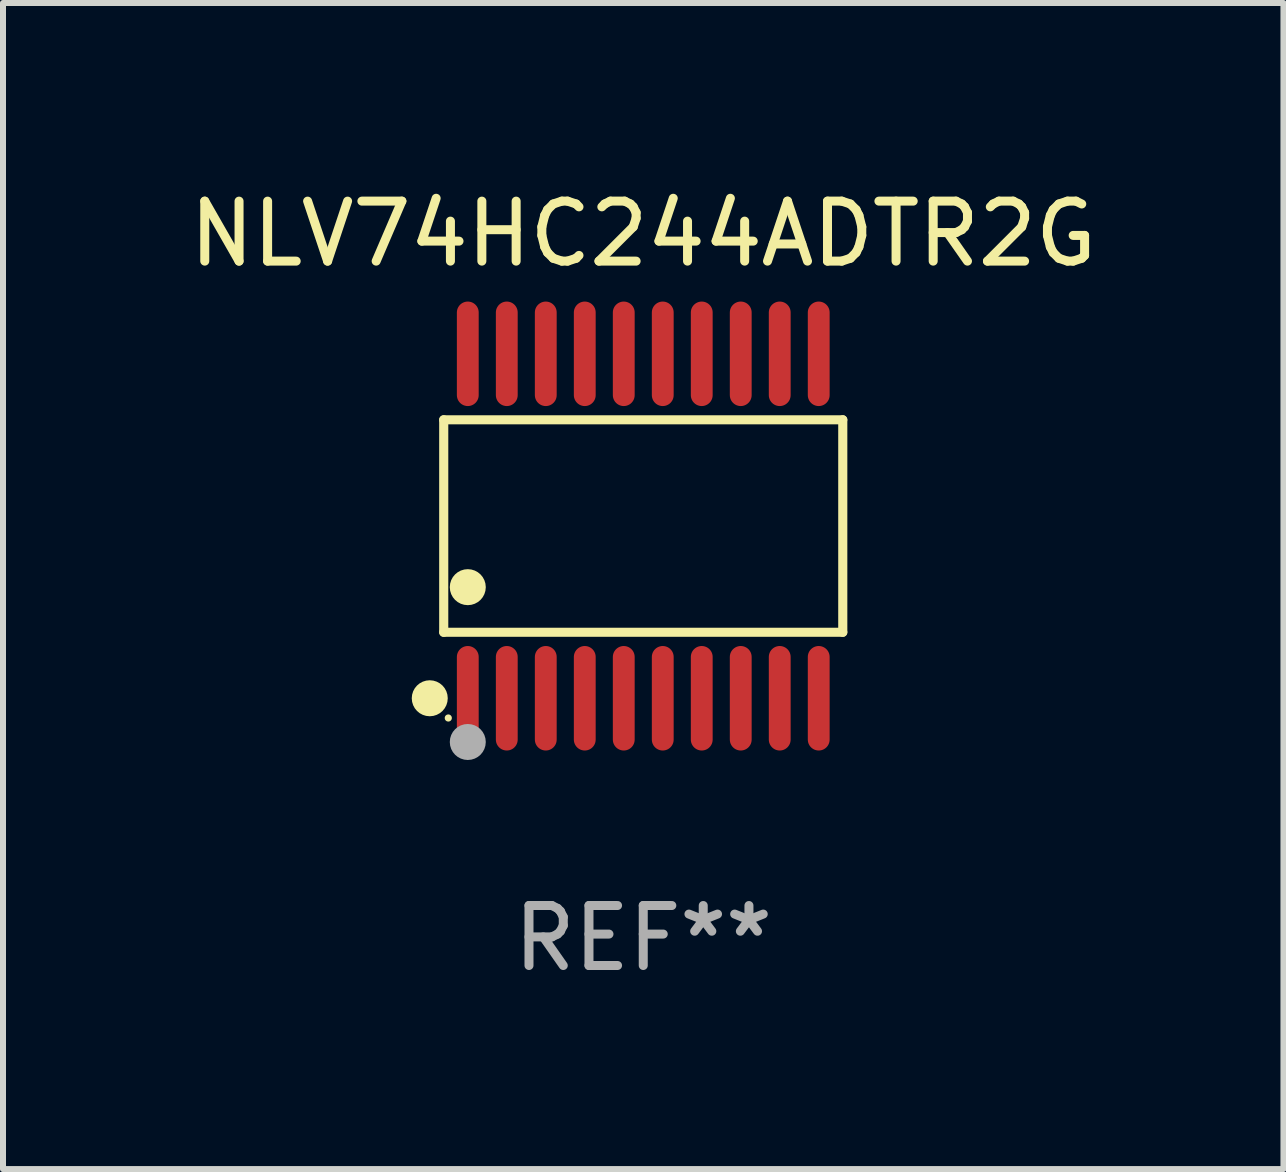
<source format=kicad_pcb>
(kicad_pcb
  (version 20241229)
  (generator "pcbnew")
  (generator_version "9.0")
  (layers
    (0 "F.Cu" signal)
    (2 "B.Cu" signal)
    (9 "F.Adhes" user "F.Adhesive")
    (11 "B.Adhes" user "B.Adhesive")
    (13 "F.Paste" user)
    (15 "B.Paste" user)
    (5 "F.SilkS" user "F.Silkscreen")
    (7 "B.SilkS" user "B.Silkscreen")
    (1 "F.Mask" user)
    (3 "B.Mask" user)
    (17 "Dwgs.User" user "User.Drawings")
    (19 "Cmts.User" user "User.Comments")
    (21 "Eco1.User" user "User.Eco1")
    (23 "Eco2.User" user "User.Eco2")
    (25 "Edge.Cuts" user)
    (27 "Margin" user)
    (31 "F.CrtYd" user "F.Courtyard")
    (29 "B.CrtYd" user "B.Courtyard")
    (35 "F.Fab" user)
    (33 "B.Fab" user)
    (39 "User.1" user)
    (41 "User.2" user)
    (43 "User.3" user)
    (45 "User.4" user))
  (footprint "NLV74HC244ADTR2G"
    (layer "F.Cu")
    (at 7.673 5.719)
    (property "Reference" "NLV74HC244ADTR2G" (at 0 -4.871 0) (layer "F.SilkS") (effects (font (size 1 1) (thickness 0.15))))
    (attr through_hole)
    (fp_line (start -3.326 -1.771) (end 3.326 -1.771) (stroke (width 0.152) (type solid)) (layer "F.SilkS"))
    (fp_line (start -3.326 1.771) (end -3.326 -1.771) (stroke (width 0.152) (type solid)) (layer "F.SilkS"))
    (fp_line (start 3.326 -1.771) (end 3.326 1.771) (stroke (width 0.152) (type solid)) (layer "F.SilkS"))
    (fp_line (start 3.326 1.771) (end -3.326 1.771) (stroke (width 0.152) (type solid)) (layer "F.SilkS"))
    (fp_circle (center -3.559 2.871) (end -3.409 2.871) (stroke (width 0.3) (type solid)) (fill no) (layer "F.SilkS"))
    (fp_circle (center -3.25 3.2) (end -3.22 3.2) (stroke (width 0.06) (type solid)) (fill no) (layer "F.SilkS"))
    (fp_circle (center -2.925 1.019) (end -2.775 1.019) (stroke (width 0.3) (type solid)) (fill no) (layer "F.SilkS"))
    (fp_circle (center -2.925 3.6) (end -2.775 3.6) (stroke (width 0.3) (type solid)) (fill no) (layer "F.Fab"))
    (fp_text user "REF**" (at 0 6.871 0) (layer "F.Fab") (effects (font (size 1 1) (thickness 0.15))))
    (pad "1" smd oval (at -2.925 2.871) (size 0.364 1.742) (layers "F.Cu" "F.Mask" "F.Paste"))
    (pad "2" smd oval (at -2.275 2.871) (size 0.364 1.742) (layers "F.Cu" "F.Mask" "F.Paste"))
    (pad "3" smd oval (at -1.625 2.871) (size 0.364 1.742) (layers "F.Cu" "F.Mask" "F.Paste"))
    (pad "4" smd oval (at -0.975 2.871) (size 0.364 1.742) (layers "F.Cu" "F.Mask" "F.Paste"))
    (pad "5" smd oval (at -0.325 2.871) (size 0.364 1.742) (layers "F.Cu" "F.Mask" "F.Paste"))
    (pad "6" smd oval (at 0.325 2.871) (size 0.364 1.742) (layers "F.Cu" "F.Mask" "F.Paste"))
    (pad "7" smd oval (at 0.975 2.871) (size 0.364 1.742) (layers "F.Cu" "F.Mask" "F.Paste"))
    (pad "8" smd oval (at 1.625 2.871) (size 0.364 1.742) (layers "F.Cu" "F.Mask" "F.Paste"))
    (pad "9" smd oval (at 2.275 2.871) (size 0.364 1.742) (layers "F.Cu" "F.Mask" "F.Paste"))
    (pad "10" smd oval (at 2.925 2.871) (size 0.364 1.742) (layers "F.Cu" "F.Mask" "F.Paste"))
    (pad "11" smd oval (at 2.925 -2.871) (size 0.364 1.742) (layers "F.Cu" "F.Mask" "F.Paste"))
    (pad "12" smd oval (at 2.275 -2.871) (size 0.364 1.742) (layers "F.Cu" "F.Mask" "F.Paste"))
    (pad "13" smd oval (at 1.625 -2.871) (size 0.364 1.742) (layers "F.Cu" "F.Mask" "F.Paste"))
    (pad "14" smd oval (at 0.975 -2.871) (size 0.364 1.742) (layers "F.Cu" "F.Mask" "F.Paste"))
    (pad "15" smd oval (at 0.325 -2.871) (size 0.364 1.742) (layers "F.Cu" "F.Mask" "F.Paste"))
    (pad "16" smd oval (at -0.325 -2.871) (size 0.364 1.742) (layers "F.Cu" "F.Mask" "F.Paste"))
    (pad "17" smd oval (at -0.975 -2.871) (size 0.364 1.742) (layers "F.Cu" "F.Mask" "F.Paste"))
    (pad "18" smd oval (at -1.625 -2.871) (size 0.364 1.742) (layers "F.Cu" "F.Mask" "F.Paste"))
    (pad "19" smd oval (at -2.275 -2.871) (size 0.364 1.742) (layers "F.Cu" "F.Mask" "F.Paste"))
    (pad "20" smd oval (at -2.925 -2.871) (size 0.364 1.742) (layers "F.Cu" "F.Mask" "F.Paste")))
  (gr_rect
    (start -3 -3)
    (end 18.345 16.438)
    (stroke (width 0.1) (type default))
    (fill no)
    (layer "Edge.Cuts")))
</source>
